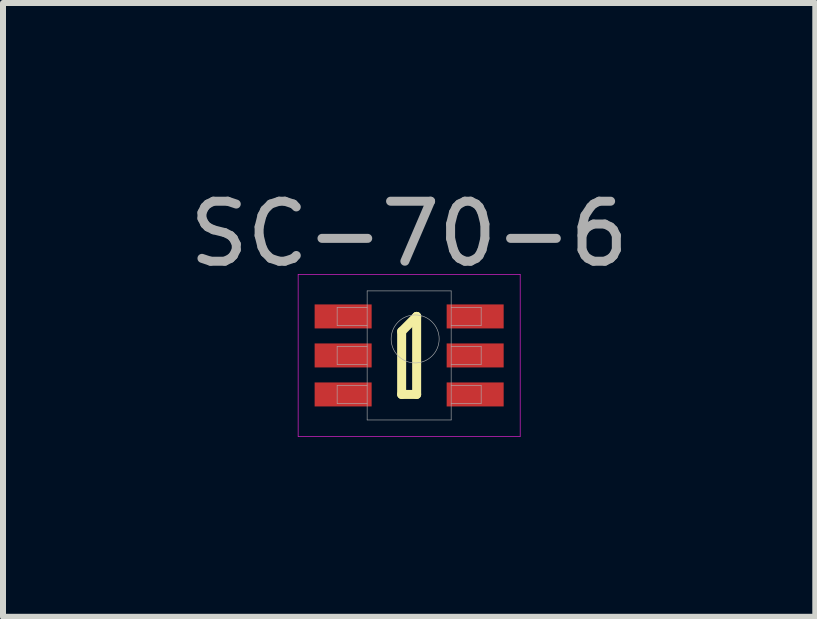
<source format=kicad_pcb>
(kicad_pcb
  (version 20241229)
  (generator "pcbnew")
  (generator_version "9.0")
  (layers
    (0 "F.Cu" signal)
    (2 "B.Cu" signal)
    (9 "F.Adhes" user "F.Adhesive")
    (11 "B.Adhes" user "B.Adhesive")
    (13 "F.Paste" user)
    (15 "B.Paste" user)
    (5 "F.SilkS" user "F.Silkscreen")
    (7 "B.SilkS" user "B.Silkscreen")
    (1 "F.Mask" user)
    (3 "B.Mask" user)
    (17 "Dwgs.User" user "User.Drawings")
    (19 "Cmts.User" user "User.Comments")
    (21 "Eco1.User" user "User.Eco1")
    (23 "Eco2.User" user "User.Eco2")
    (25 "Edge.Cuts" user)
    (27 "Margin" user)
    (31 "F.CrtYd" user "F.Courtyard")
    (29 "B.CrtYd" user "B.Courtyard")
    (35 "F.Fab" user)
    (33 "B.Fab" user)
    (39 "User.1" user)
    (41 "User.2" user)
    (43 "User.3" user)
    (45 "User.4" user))
  (footprint "SC-70-6"
    (layer "F.Cu")
    (at 3.768 2.873)
    (property "Reference" "SC-70-6" (at 0 -2.025 0) (layer "F.Fab") (effects (font (size 1 1) (thickness 0.15))))
    (attr smd)
    (fp_line (start -0.125 -0.4) (end 0.125 -0.65) (stroke (width 0.15) (type solid)) (layer "F.SilkS"))
    (fp_line (start -0.125 0.65) (end -0.125 -0.4) (stroke (width 0.15) (type solid)) (layer "F.SilkS"))
    (fp_line (start 0.125 -0.65) (end 0.125 -0.65) (stroke (width 0.15) (type solid)) (layer "F.SilkS"))
    (fp_line (start 0.125 -0.65) (end 0.125 0.65) (stroke (width 0.15) (type solid)) (layer "F.SilkS"))
    (fp_line (start 0.125 0.65) (end -0.125 0.65) (stroke (width 0.15) (type solid)) (layer "F.SilkS"))
    (fp_line (start -1.85 -1.35) (end 1.85 -1.35) (stroke (width 0.01) (type solid)) (layer "F.CrtYd"))
    (fp_line (start -1.85 1.35) (end -1.85 -1.35) (stroke (width 0.01) (type solid)) (layer "F.CrtYd"))
    (fp_line (start 1.85 -1.35) (end 1.85 1.35) (stroke (width 0.01) (type solid)) (layer "F.CrtYd"))
    (fp_line (start 1.85 1.35) (end -1.85 1.35) (stroke (width 0.01) (type solid)) (layer "F.CrtYd"))
    (fp_line (start -1.2 -0.8) (end -0.7 -0.8) (stroke (width 0.01) (type solid)) (layer "F.Fab"))
    (fp_line (start -1.2 -0.5) (end -1.2 -0.8) (stroke (width 0.01) (type solid)) (layer "F.Fab"))
    (fp_line (start -1.2 -0.15) (end -0.7 -0.15) (stroke (width 0.01) (type solid)) (layer "F.Fab"))
    (fp_line (start -1.2 0.15) (end -1.2 -0.15) (stroke (width 0.01) (type solid)) (layer "F.Fab"))
    (fp_line (start -1.2 0.5) (end -0.7 0.5) (stroke (width 0.01) (type solid)) (layer "F.Fab"))
    (fp_line (start -1.2 0.8) (end -1.2 0.5) (stroke (width 0.01) (type solid)) (layer "F.Fab"))
    (fp_line (start -0.7 -1.075) (end 0.7 -1.075) (stroke (width 0.01) (type solid)) (layer "F.Fab"))
    (fp_line (start -0.7 -0.5) (end -1.2 -0.5) (stroke (width 0.01) (type solid)) (layer "F.Fab"))
    (fp_line (start -0.7 0.15) (end -1.2 0.15) (stroke (width 0.01) (type solid)) (layer "F.Fab"))
    (fp_line (start -0.7 0.8) (end -1.2 0.8) (stroke (width 0.01) (type solid)) (layer "F.Fab"))
    (fp_line (start -0.7 1.075) (end -0.7 -1.075) (stroke (width 0.01) (type solid)) (layer "F.Fab"))
    (fp_line (start 0.7 -1.075) (end 0.7 1.075) (stroke (width 0.01) (type solid)) (layer "F.Fab"))
    (fp_line (start 0.7 -0.8) (end 1.2 -0.8) (stroke (width 0.01) (type solid)) (layer "F.Fab"))
    (fp_line (start 0.7 -0.15) (end 1.2 -0.15) (stroke (width 0.01) (type solid)) (layer "F.Fab"))
    (fp_line (start 0.7 0.5) (end 1.2 0.5) (stroke (width 0.01) (type solid)) (layer "F.Fab"))
    (fp_line (start 0.7 1.075) (end -0.7 1.075) (stroke (width 0.01) (type solid)) (layer "F.Fab"))
    (fp_line (start 1.2 -0.8) (end 1.2 -0.5) (stroke (width 0.01) (type solid)) (layer "F.Fab"))
    (fp_line (start 1.2 -0.5) (end 0.7 -0.5) (stroke (width 0.01) (type solid)) (layer "F.Fab"))
    (fp_line (start 1.2 -0.15) (end 1.2 0.15) (stroke (width 0.01) (type solid)) (layer "F.Fab"))
    (fp_line (start 1.2 0.15) (end 0.7 0.15) (stroke (width 0.01) (type solid)) (layer "F.Fab"))
    (fp_line (start 1.2 0.5) (end 1.2 0.8) (stroke (width 0.01) (type solid)) (layer "F.Fab"))
    (fp_line (start 1.2 0.8) (end 0.7 0.8) (stroke (width 0.01) (type solid)) (layer "F.Fab"))
    (fp_circle (center 0.1 -0.275) (end 0.1 0.125) (stroke (width 0.01) (type solid)) (fill no) (layer "F.Fab"))
    (pad "1" smd rect (at -1.1 -0.65) (size 0.95 0.4) (layers "F.Cu" "F.Mask" "F.Paste"))
    (pad "2" smd rect (at -1.1 0) (size 0.95 0.4) (layers "F.Cu" "F.Mask" "F.Paste"))
    (pad "3" smd rect (at -1.1 0.65) (size 0.95 0.4) (layers "F.Cu" "F.Mask" "F.Paste"))
    (pad "4" smd rect (at 1.1 0.65) (size 0.95 0.4) (layers "F.Cu" "F.Mask" "F.Paste"))
    (pad "5" smd rect (at 1.1 0) (size 0.95 0.4) (layers "F.Cu" "F.Mask" "F.Paste"))
    (pad "6" smd rect (at 1.1 -0.65) (size 0.95 0.4) (layers "F.Cu" "F.Mask" "F.Paste")))
  (gr_rect
    (start -3 -3)
    (end 10.536 7.228)
    (stroke (width 0.1) (type default))
    (fill no)
    (layer "Edge.Cuts")))
</source>
